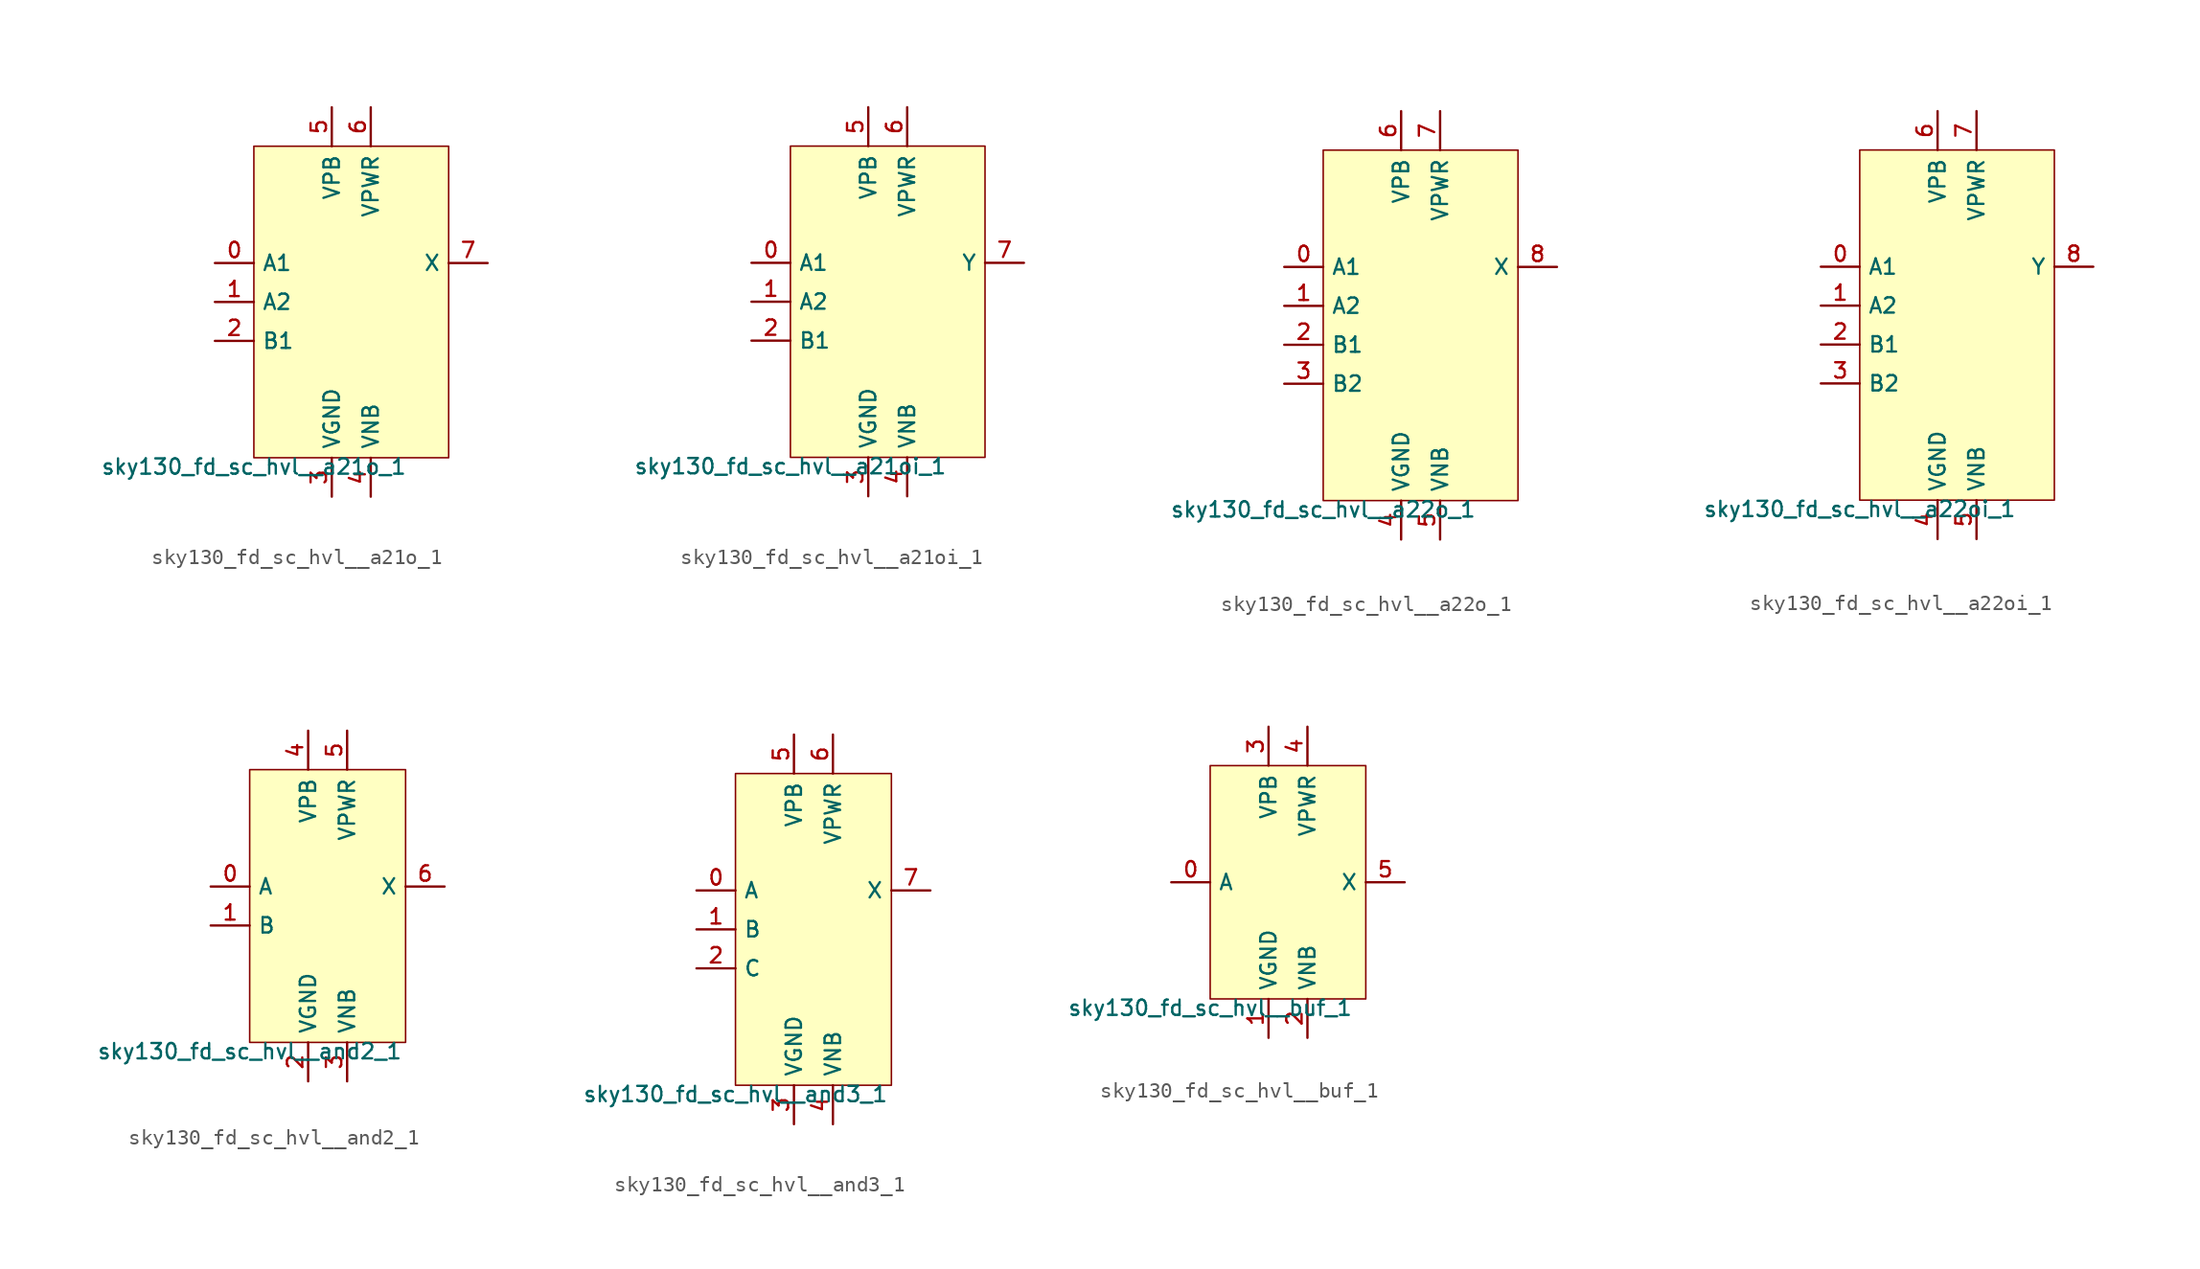
<source format=kicad_sym>
(kicad_symbol_lib
  (version 20211014)
  (generator lef2kicad_sym)
  (symbol "sky130_fd_sc_hvl__a21o_1"
    (property "Reference" "X"
      (at 0 0 0)
      (effects (font (size 1 1)) hide))
    (property "Value" "sky130_fd_sc_hvl__a21o_1"
      (at -6.35 -10.16 0)
      (effects (font (size 1 1)) (justify top)))
    (rectangle
      (start -6.35 -10.16)
      (end 6.35 10.16)
      (stroke (width 0.1) (type solid) (color 0 0 0 0))
      (fill (type background)))
    (pin input line
      (at -8.89 2.54 0)
      (length 2.54)
      (name "A1" (effects (font (size 1 1)) hide))
      (number "0" (effects (font (size 1 1)) hide)))
    (pin input line
      (at -8.89 0.0 0)
      (length 2.54)
      (name "A2" (effects (font (size 1 1)) hide))
      (number "1" (effects (font (size 1 1)) hide)))
    (pin input line
      (at -8.89 -2.54 0)
      (length 2.54)
      (name "B1" (effects (font (size 1 1)) hide))
      (number "2" (effects (font (size 1 1)) hide)))
    (pin power_in line
      (at -1.27 -12.7 90)
      (length 2.54)
      (name "VGND" (effects (font (size 1 1)) hide))
      (number "3" (effects (font (size 1 1)) hide)))
    (pin power_in line
      (at 1.27 -12.7 90)
      (length 2.54)
      (name "VNB" (effects (font (size 1 1)) hide))
      (number "4" (effects (font (size 1 1)) hide)))
    (pin power_in line
      (at -1.27 12.7 270)
      (length 2.54)
      (name "VPB" (effects (font (size 1 1)) hide))
      (number "5" (effects (font (size 1 1)) hide)))
    (pin power_in line
      (at 1.27 12.7 270)
      (length 2.54)
      (name "VPWR" (effects (font (size 1 1)) hide))
      (number "6" (effects (font (size 1 1)) hide)))
    (pin output line
      (at 8.89 2.54 180)
      (length 2.54)
      (name "X" (effects (font (size 1 1)) hide))
      (number "7" (effects (font (size 1 1)) hide))))
  (symbol "sky130_fd_sc_hvl__a21oi_1"
    (property "Reference" "X"
      (at 0 0 0)
      (effects (font (size 1 1)) hide))
    (property "Value" "sky130_fd_sc_hvl__a21oi_1"
      (at -6.35 -10.16 0)
      (effects (font (size 1 1)) (justify top)))
    (rectangle
      (start -6.35 -10.16)
      (end 6.35 10.16)
      (stroke (width 0.1) (type solid) (color 0 0 0 0))
      (fill (type background)))
    (pin input line
      (at -8.89 2.54 0)
      (length 2.54)
      (name "A1" (effects (font (size 1 1)) hide))
      (number "0" (effects (font (size 1 1)) hide)))
    (pin input line
      (at -8.89 0.0 0)
      (length 2.54)
      (name "A2" (effects (font (size 1 1)) hide))
      (number "1" (effects (font (size 1 1)) hide)))
    (pin input line
      (at -8.89 -2.54 0)
      (length 2.54)
      (name "B1" (effects (font (size 1 1)) hide))
      (number "2" (effects (font (size 1 1)) hide)))
    (pin power_in line
      (at -1.27 -12.7 90)
      (length 2.54)
      (name "VGND" (effects (font (size 1 1)) hide))
      (number "3" (effects (font (size 1 1)) hide)))
    (pin power_in line
      (at 1.27 -12.7 90)
      (length 2.54)
      (name "VNB" (effects (font (size 1 1)) hide))
      (number "4" (effects (font (size 1 1)) hide)))
    (pin power_in line
      (at -1.27 12.7 270)
      (length 2.54)
      (name "VPB" (effects (font (size 1 1)) hide))
      (number "5" (effects (font (size 1 1)) hide)))
    (pin power_in line
      (at 1.27 12.7 270)
      (length 2.54)
      (name "VPWR" (effects (font (size 1 1)) hide))
      (number "6" (effects (font (size 1 1)) hide)))
    (pin output line
      (at 8.89 2.54 180)
      (length 2.54)
      (name "Y" (effects (font (size 1 1)) hide))
      (number "7" (effects (font (size 1 1)) hide))))
  (symbol "sky130_fd_sc_hvl__a22o_1"
    (property "Reference" "X"
      (at 0 0 0)
      (effects (font (size 1 1)) hide))
    (property "Value" "sky130_fd_sc_hvl__a22o_1"
      (at -6.35 -11.43 0)
      (effects (font (size 1 1)) (justify top)))
    (rectangle
      (start -6.35 -11.43)
      (end 6.35 11.43)
      (stroke (width 0.1) (type solid) (color 0 0 0 0))
      (fill (type background)))
    (pin input line
      (at -8.89 3.81 0)
      (length 2.54)
      (name "A1" (effects (font (size 1 1)) hide))
      (number "0" (effects (font (size 1 1)) hide)))
    (pin input line
      (at -8.89 1.27 0)
      (length 2.54)
      (name "A2" (effects (font (size 1 1)) hide))
      (number "1" (effects (font (size 1 1)) hide)))
    (pin input line
      (at -8.89 -1.27 0)
      (length 2.54)
      (name "B1" (effects (font (size 1 1)) hide))
      (number "2" (effects (font (size 1 1)) hide)))
    (pin input line
      (at -8.89 -3.81 0)
      (length 2.54)
      (name "B2" (effects (font (size 1 1)) hide))
      (number "3" (effects (font (size 1 1)) hide)))
    (pin power_in line
      (at -1.27 -13.97 90)
      (length 2.54)
      (name "VGND" (effects (font (size 1 1)) hide))
      (number "4" (effects (font (size 1 1)) hide)))
    (pin power_in line
      (at 1.27 -13.97 90)
      (length 2.54)
      (name "VNB" (effects (font (size 1 1)) hide))
      (number "5" (effects (font (size 1 1)) hide)))
    (pin power_in line
      (at -1.27 13.97 270)
      (length 2.54)
      (name "VPB" (effects (font (size 1 1)) hide))
      (number "6" (effects (font (size 1 1)) hide)))
    (pin power_in line
      (at 1.27 13.97 270)
      (length 2.54)
      (name "VPWR" (effects (font (size 1 1)) hide))
      (number "7" (effects (font (size 1 1)) hide)))
    (pin output line
      (at 8.89 3.81 180)
      (length 2.54)
      (name "X" (effects (font (size 1 1)) hide))
      (number "8" (effects (font (size 1 1)) hide))))
  (symbol "sky130_fd_sc_hvl__a22oi_1"
    (property "Reference" "X"
      (at 0 0 0)
      (effects (font (size 1 1)) hide))
    (property "Value" "sky130_fd_sc_hvl__a22oi_1"
      (at -6.35 -11.43 0)
      (effects (font (size 1 1)) (justify top)))
    (rectangle
      (start -6.35 -11.43)
      (end 6.35 11.43)
      (stroke (width 0.1) (type solid) (color 0 0 0 0))
      (fill (type background)))
    (pin input line
      (at -8.89 3.81 0)
      (length 2.54)
      (name "A1" (effects (font (size 1 1)) hide))
      (number "0" (effects (font (size 1 1)) hide)))
    (pin input line
      (at -8.89 1.27 0)
      (length 2.54)
      (name "A2" (effects (font (size 1 1)) hide))
      (number "1" (effects (font (size 1 1)) hide)))
    (pin input line
      (at -8.89 -1.27 0)
      (length 2.54)
      (name "B1" (effects (font (size 1 1)) hide))
      (number "2" (effects (font (size 1 1)) hide)))
    (pin input line
      (at -8.89 -3.81 0)
      (length 2.54)
      (name "B2" (effects (font (size 1 1)) hide))
      (number "3" (effects (font (size 1 1)) hide)))
    (pin power_in line
      (at -1.27 -13.97 90)
      (length 2.54)
      (name "VGND" (effects (font (size 1 1)) hide))
      (number "4" (effects (font (size 1 1)) hide)))
    (pin power_in line
      (at 1.27 -13.97 90)
      (length 2.54)
      (name "VNB" (effects (font (size 1 1)) hide))
      (number "5" (effects (font (size 1 1)) hide)))
    (pin power_in line
      (at -1.27 13.97 270)
      (length 2.54)
      (name "VPB" (effects (font (size 1 1)) hide))
      (number "6" (effects (font (size 1 1)) hide)))
    (pin power_in line
      (at 1.27 13.97 270)
      (length 2.54)
      (name "VPWR" (effects (font (size 1 1)) hide))
      (number "7" (effects (font (size 1 1)) hide)))
    (pin output line
      (at 8.89 3.81 180)
      (length 2.54)
      (name "Y" (effects (font (size 1 1)) hide))
      (number "8" (effects (font (size 1 1)) hide))))
  (symbol "sky130_fd_sc_hvl__and2_1"
    (property "Reference" "X"
      (at 0 0 0)
      (effects (font (size 1 1)) hide))
    (property "Value" "sky130_fd_sc_hvl__and2_1"
      (at -5.08 -8.89 0)
      (effects (font (size 1 1)) (justify top)))
    (rectangle
      (start -5.08 -8.89)
      (end 5.08 8.89)
      (stroke (width 0.1) (type solid) (color 0 0 0 0))
      (fill (type background)))
    (pin input line
      (at -7.62 1.27 0)
      (length 2.54)
      (name "A" (effects (font (size 1 1)) hide))
      (number "0" (effects (font (size 1 1)) hide)))
    (pin input line
      (at -7.62 -1.27 0)
      (length 2.54)
      (name "B" (effects (font (size 1 1)) hide))
      (number "1" (effects (font (size 1 1)) hide)))
    (pin power_in line
      (at -1.27 -11.43 90)
      (length 2.54)
      (name "VGND" (effects (font (size 1 1)) hide))
      (number "2" (effects (font (size 1 1)) hide)))
    (pin power_in line
      (at 1.27 -11.43 90)
      (length 2.54)
      (name "VNB" (effects (font (size 1 1)) hide))
      (number "3" (effects (font (size 1 1)) hide)))
    (pin power_in line
      (at -1.27 11.43 270)
      (length 2.54)
      (name "VPB" (effects (font (size 1 1)) hide))
      (number "4" (effects (font (size 1 1)) hide)))
    (pin power_in line
      (at 1.27 11.43 270)
      (length 2.54)
      (name "VPWR" (effects (font (size 1 1)) hide))
      (number "5" (effects (font (size 1 1)) hide)))
    (pin output line
      (at 7.62 1.27 180)
      (length 2.54)
      (name "X" (effects (font (size 1 1)) hide))
      (number "6" (effects (font (size 1 1)) hide))))
  (symbol "sky130_fd_sc_hvl__and3_1"
    (property "Reference" "X"
      (at 0 0 0)
      (effects (font (size 1 1)) hide))
    (property "Value" "sky130_fd_sc_hvl__and3_1"
      (at -5.08 -10.16 0)
      (effects (font (size 1 1)) (justify top)))
    (rectangle
      (start -5.08 -10.16)
      (end 5.08 10.16)
      (stroke (width 0.1) (type solid) (color 0 0 0 0))
      (fill (type background)))
    (pin input line
      (at -7.62 2.54 0)
      (length 2.54)
      (name "A" (effects (font (size 1 1)) hide))
      (number "0" (effects (font (size 1 1)) hide)))
    (pin input line
      (at -7.62 0.0 0)
      (length 2.54)
      (name "B" (effects (font (size 1 1)) hide))
      (number "1" (effects (font (size 1 1)) hide)))
    (pin input line
      (at -7.62 -2.54 0)
      (length 2.54)
      (name "C" (effects (font (size 1 1)) hide))
      (number "2" (effects (font (size 1 1)) hide)))
    (pin power_in line
      (at -1.27 -12.7 90)
      (length 2.54)
      (name "VGND" (effects (font (size 1 1)) hide))
      (number "3" (effects (font (size 1 1)) hide)))
    (pin power_in line
      (at 1.27 -12.7 90)
      (length 2.54)
      (name "VNB" (effects (font (size 1 1)) hide))
      (number "4" (effects (font (size 1 1)) hide)))
    (pin power_in line
      (at -1.27 12.7 270)
      (length 2.54)
      (name "VPB" (effects (font (size 1 1)) hide))
      (number "5" (effects (font (size 1 1)) hide)))
    (pin power_in line
      (at 1.27 12.7 270)
      (length 2.54)
      (name "VPWR" (effects (font (size 1 1)) hide))
      (number "6" (effects (font (size 1 1)) hide)))
    (pin output line
      (at 7.62 2.54 180)
      (length 2.54)
      (name "X" (effects (font (size 1 1)) hide))
      (number "7" (effects (font (size 1 1)) hide))))
  (symbol "sky130_fd_sc_hvl__buf_1"
    (property "Reference" "X"
      (at 0 0 0)
      (effects (font (size 1 1)) hide))
    (property "Value" "sky130_fd_sc_hvl__buf_1"
      (at -5.08 -7.62 0)
      (effects (font (size 1 1)) (justify top)))
    (rectangle
      (start -5.08 -7.62)
      (end 5.08 7.62)
      (stroke (width 0.1) (type solid) (color 0 0 0 0))
      (fill (type background)))
    (pin input line
      (at -7.62 0.0 0)
      (length 2.54)
      (name "A" (effects (font (size 1 1)) hide))
      (number "0" (effects (font (size 1 1)) hide)))
    (pin power_in line
      (at -1.27 -10.16 90)
      (length 2.54)
      (name "VGND" (effects (font (size 1 1)) hide))
      (number "1" (effects (font (size 1 1)) hide)))
    (pin power_in line
      (at 1.27 -10.16 90)
      (length 2.54)
      (name "VNB" (effects (font (size 1 1)) hide))
      (number "2" (effects (font (size 1 1)) hide)))
    (pin power_in line
      (at -1.27 10.16 270)
      (length 2.54)
      (name "VPB" (effects (font (size 1 1)) hide))
      (number "3" (effects (font (size 1 1)) hide)))
    (pin power_in line
      (at 1.27 10.16 270)
      (length 2.54)
      (name "VPWR" (effects (font (size 1 1)) hide))
      (number "4" (effects (font (size 1 1)) hide)))
    (pin output line
      (at 7.62 0.0 180)
      (length 2.54)
      (name "X" (effects (font (size 1 1)) hide))
      (number "5" (effects (font (size 1 1)) hide)))))
</source>
